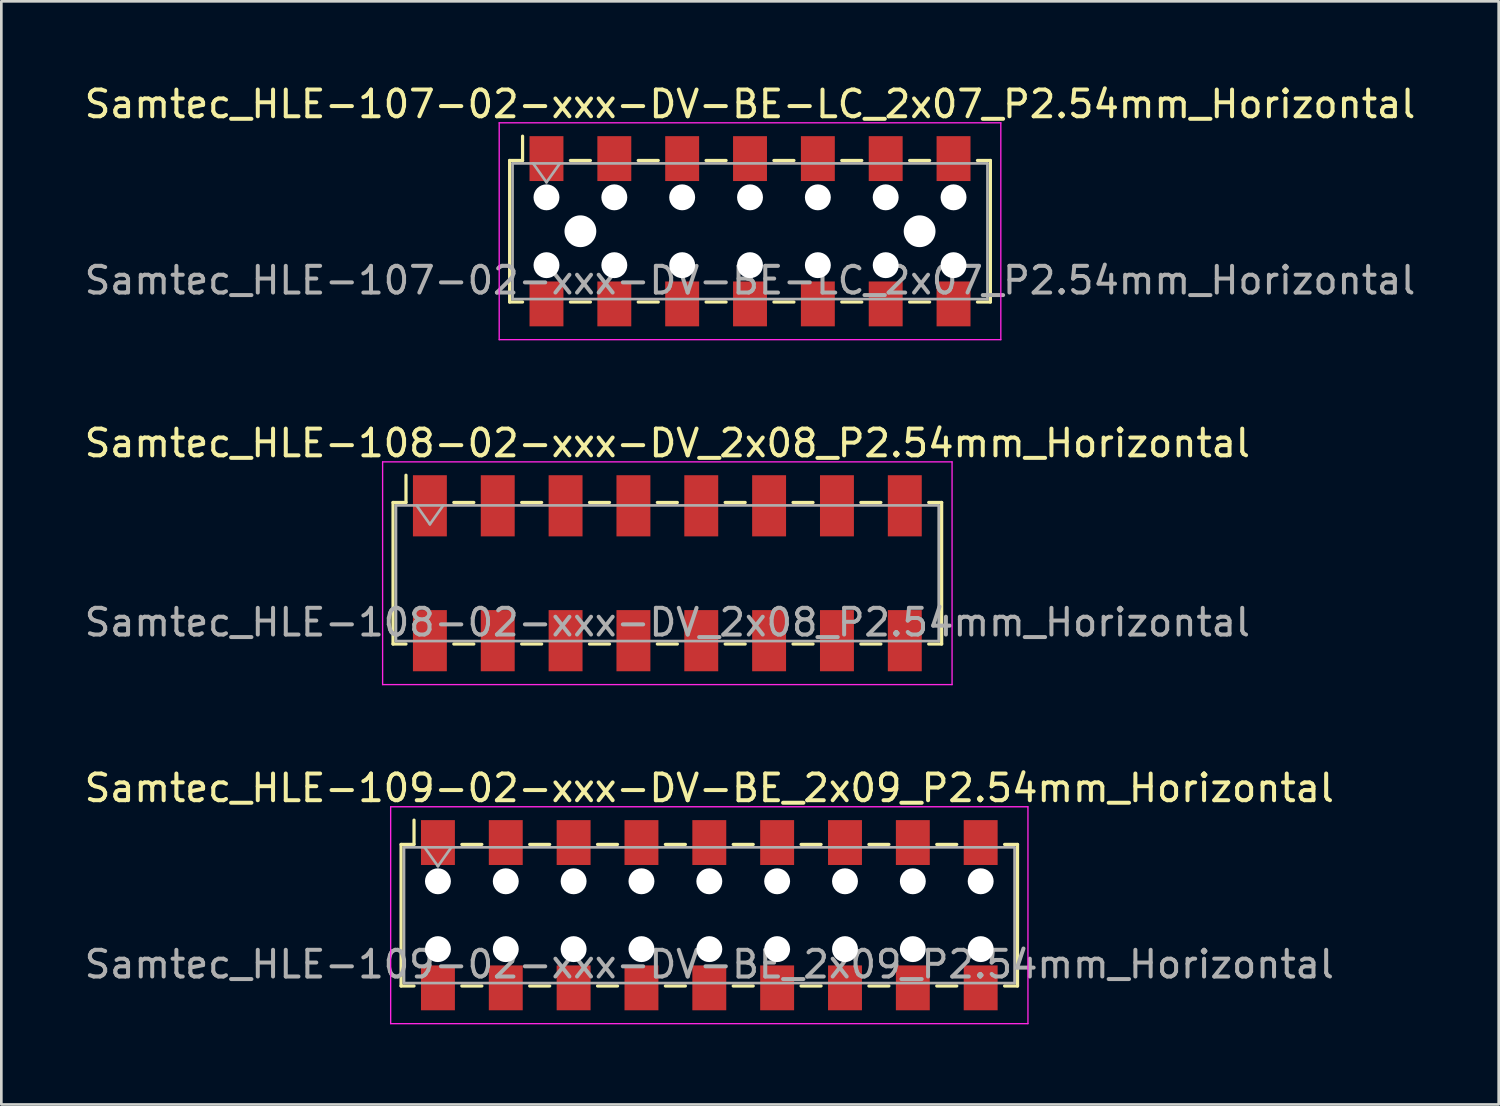
<source format=kicad_pcb>
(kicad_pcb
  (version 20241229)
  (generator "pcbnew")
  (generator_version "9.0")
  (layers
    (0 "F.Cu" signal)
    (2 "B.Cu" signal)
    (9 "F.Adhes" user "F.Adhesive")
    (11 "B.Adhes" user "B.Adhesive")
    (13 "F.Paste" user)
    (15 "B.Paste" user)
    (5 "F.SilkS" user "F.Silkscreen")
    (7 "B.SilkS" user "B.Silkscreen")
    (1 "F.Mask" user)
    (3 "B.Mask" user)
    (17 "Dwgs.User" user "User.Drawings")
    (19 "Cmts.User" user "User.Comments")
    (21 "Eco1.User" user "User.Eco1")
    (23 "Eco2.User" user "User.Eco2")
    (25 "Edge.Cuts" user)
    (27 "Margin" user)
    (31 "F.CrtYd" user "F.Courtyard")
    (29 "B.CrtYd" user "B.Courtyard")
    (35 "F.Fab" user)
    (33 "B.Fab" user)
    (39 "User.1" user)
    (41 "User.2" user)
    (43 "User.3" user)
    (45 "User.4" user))
  (footprint "Samtec_HLE-108-02-xxx-DV_2x08_P2.54mm_Horizontal"
    (layer "F.Cu")
    (at 21.935 18.412)
    (property "Reference" "Samtec_HLE-108-02-xxx-DV_2x08_P2.54mm_Horizontal" (at 0 -4.87 0) (layer "F.SilkS") (effects (font (size 1 1) (thickness 0.15))))
    (attr smd)
    (fp_line (start -10.27 -2.65) (end -10.27 2.65) (stroke (width 0.12) (type solid)) (layer "F.SilkS"))
    (fp_line (start -10.27 2.65) (end -9.785 2.65) (stroke (width 0.12) (type solid)) (layer "F.SilkS"))
    (fp_line (start -9.785 -3.67) (end -9.785 -2.65) (stroke (width 0.12) (type solid)) (layer "F.SilkS"))
    (fp_line (start -9.785 -2.65) (end -10.27 -2.65) (stroke (width 0.12) (type solid)) (layer "F.SilkS"))
    (fp_line (start -7.995 -2.65) (end -7.245 -2.65) (stroke (width 0.12) (type solid)) (layer "F.SilkS"))
    (fp_line (start -7.995 2.65) (end -7.245 2.65) (stroke (width 0.12) (type solid)) (layer "F.SilkS"))
    (fp_line (start -5.455 -2.65) (end -4.705 -2.65) (stroke (width 0.12) (type solid)) (layer "F.SilkS"))
    (fp_line (start -5.455 2.65) (end -4.705 2.65) (stroke (width 0.12) (type solid)) (layer "F.SilkS"))
    (fp_line (start -2.915 -2.65) (end -2.165 -2.65) (stroke (width 0.12) (type solid)) (layer "F.SilkS"))
    (fp_line (start -2.915 2.65) (end -2.165 2.65) (stroke (width 0.12) (type solid)) (layer "F.SilkS"))
    (fp_line (start -0.375 -2.65) (end 0.375 -2.65) (stroke (width 0.12) (type solid)) (layer "F.SilkS"))
    (fp_line (start -0.375 2.65) (end 0.375 2.65) (stroke (width 0.12) (type solid)) (layer "F.SilkS"))
    (fp_line (start 2.165 -2.65) (end 2.915 -2.65) (stroke (width 0.12) (type solid)) (layer "F.SilkS"))
    (fp_line (start 2.165 2.65) (end 2.915 2.65) (stroke (width 0.12) (type solid)) (layer "F.SilkS"))
    (fp_line (start 4.705 -2.65) (end 5.455 -2.65) (stroke (width 0.12) (type solid)) (layer "F.SilkS"))
    (fp_line (start 4.705 2.65) (end 5.455 2.65) (stroke (width 0.12) (type solid)) (layer "F.SilkS"))
    (fp_line (start 7.245 -2.65) (end 7.995 -2.65) (stroke (width 0.12) (type solid)) (layer "F.SilkS"))
    (fp_line (start 7.245 2.65) (end 7.995 2.65) (stroke (width 0.12) (type solid)) (layer "F.SilkS"))
    (fp_line (start 9.785 -2.65) (end 10.27 -2.65) (stroke (width 0.12) (type solid)) (layer "F.SilkS"))
    (fp_line (start 10.27 -2.65) (end 10.27 2.65) (stroke (width 0.12) (type solid)) (layer "F.SilkS"))
    (fp_line (start 10.27 2.65) (end 9.785 2.65) (stroke (width 0.12) (type solid)) (layer "F.SilkS"))
    (fp_line (start -10.66 -4.17) (end 10.66 -4.17) (stroke (width 0.05) (type solid)) (layer "F.CrtYd"))
    (fp_line (start -10.66 4.17) (end -10.66 -4.17) (stroke (width 0.05) (type solid)) (layer "F.CrtYd"))
    (fp_line (start 10.66 -4.17) (end 10.66 4.17) (stroke (width 0.05) (type solid)) (layer "F.CrtYd"))
    (fp_line (start 10.66 4.17) (end -10.66 4.17) (stroke (width 0.05) (type solid)) (layer "F.CrtYd"))
    (fp_line (start -10.16 -2.54) (end 10.16 -2.54) (stroke (width 0.1) (type solid)) (layer "F.Fab"))
    (fp_line (start -10.16 2.54) (end -10.16 -2.54) (stroke (width 0.1) (type solid)) (layer "F.Fab"))
    (fp_line (start -9.39 -2.54) (end -8.89 -1.833) (stroke (width 0.1) (type solid)) (layer "F.Fab"))
    (fp_line (start -8.89 -1.833) (end -8.39 -2.54) (stroke (width 0.1) (type solid)) (layer "F.Fab"))
    (fp_line (start 10.16 -2.54) (end 10.16 2.54) (stroke (width 0.1) (type solid)) (layer "F.Fab"))
    (fp_line (start 10.16 2.54) (end -10.16 2.54) (stroke (width 0.1) (type solid)) (layer "F.Fab"))
    (fp_text user "${REFERENCE}" (at 0 1.84 0) (layer "F.Fab") (effects (font (size 1 1) (thickness 0.15))))
    (pad "1" smd rect (at -8.89 -2.525) (size 1.27 2.29) (layers "F.Cu" "F.Mask" "F.Paste"))
    (pad "2" smd rect (at -8.89 2.525) (size 1.27 2.29) (layers "F.Cu" "F.Mask" "F.Paste"))
    (pad "3" smd rect (at -6.35 -2.525) (size 1.27 2.29) (layers "F.Cu" "F.Mask" "F.Paste"))
    (pad "4" smd rect (at -6.35 2.525) (size 1.27 2.29) (layers "F.Cu" "F.Mask" "F.Paste"))
    (pad "5" smd rect (at -3.81 -2.525) (size 1.27 2.29) (layers "F.Cu" "F.Mask" "F.Paste"))
    (pad "6" smd rect (at -3.81 2.525) (size 1.27 2.29) (layers "F.Cu" "F.Mask" "F.Paste"))
    (pad "7" smd rect (at -1.27 -2.525) (size 1.27 2.29) (layers "F.Cu" "F.Mask" "F.Paste"))
    (pad "8" smd rect (at -1.27 2.525) (size 1.27 2.29) (layers "F.Cu" "F.Mask" "F.Paste"))
    (pad "9" smd rect (at 1.27 -2.525) (size 1.27 2.29) (layers "F.Cu" "F.Mask" "F.Paste"))
    (pad "10" smd rect (at 1.27 2.525) (size 1.27 2.29) (layers "F.Cu" "F.Mask" "F.Paste"))
    (pad "11" smd rect (at 3.81 -2.525) (size 1.27 2.29) (layers "F.Cu" "F.Mask" "F.Paste"))
    (pad "12" smd rect (at 3.81 2.525) (size 1.27 2.29) (layers "F.Cu" "F.Mask" "F.Paste"))
    (pad "13" smd rect (at 6.35 -2.525) (size 1.27 2.29) (layers "F.Cu" "F.Mask" "F.Paste"))
    (pad "14" smd rect (at 6.35 2.525) (size 1.27 2.29) (layers "F.Cu" "F.Mask" "F.Paste"))
    (pad "15" smd rect (at 8.89 -2.525) (size 1.27 2.29) (layers "F.Cu" "F.Mask" "F.Paste"))
    (pad "16" smd rect (at 8.89 2.525) (size 1.27 2.29) (layers "F.Cu" "F.Mask" "F.Paste")))
  (footprint "Samtec_HLE-107-02-xxx-DV-BE-LC_2x07_P2.54mm_Horizontal"
    (layer "F.Cu")
    (at 25.03 5.608)
    (property "Reference" "Samtec_HLE-107-02-xxx-DV-BE-LC_2x07_P2.54mm_Horizontal" (at 0 -4.76 0) (layer "F.SilkS") (effects (font (size 1 1) (thickness 0.15))))
    (attr smd)
    (fp_line (start -9 -2.65) (end -9 2.65) (stroke (width 0.12) (type solid)) (layer "F.SilkS"))
    (fp_line (start -9 2.65) (end -8.515 2.65) (stroke (width 0.12) (type solid)) (layer "F.SilkS"))
    (fp_line (start -8.515 -3.56) (end -8.515 -2.65) (stroke (width 0.12) (type solid)) (layer "F.SilkS"))
    (fp_line (start -8.515 -2.65) (end -9 -2.65) (stroke (width 0.12) (type solid)) (layer "F.SilkS"))
    (fp_line (start -6.725 -2.65) (end -5.975 -2.65) (stroke (width 0.12) (type solid)) (layer "F.SilkS"))
    (fp_line (start -6.725 2.65) (end -5.975 2.65) (stroke (width 0.12) (type solid)) (layer "F.SilkS"))
    (fp_line (start -4.185 -2.65) (end -3.435 -2.65) (stroke (width 0.12) (type solid)) (layer "F.SilkS"))
    (fp_line (start -4.185 2.65) (end -3.435 2.65) (stroke (width 0.12) (type solid)) (layer "F.SilkS"))
    (fp_line (start -1.645 -2.65) (end -0.895 -2.65) (stroke (width 0.12) (type solid)) (layer "F.SilkS"))
    (fp_line (start -1.645 2.65) (end -0.895 2.65) (stroke (width 0.12) (type solid)) (layer "F.SilkS"))
    (fp_line (start 0.895 -2.65) (end 1.645 -2.65) (stroke (width 0.12) (type solid)) (layer "F.SilkS"))
    (fp_line (start 0.895 2.65) (end 1.645 2.65) (stroke (width 0.12) (type solid)) (layer "F.SilkS"))
    (fp_line (start 3.435 -2.65) (end 4.185 -2.65) (stroke (width 0.12) (type solid)) (layer "F.SilkS"))
    (fp_line (start 3.435 2.65) (end 4.185 2.65) (stroke (width 0.12) (type solid)) (layer "F.SilkS"))
    (fp_line (start 5.975 -2.65) (end 6.725 -2.65) (stroke (width 0.12) (type solid)) (layer "F.SilkS"))
    (fp_line (start 5.975 2.65) (end 6.725 2.65) (stroke (width 0.12) (type solid)) (layer "F.SilkS"))
    (fp_line (start 8.515 -2.65) (end 9 -2.65) (stroke (width 0.12) (type solid)) (layer "F.SilkS"))
    (fp_line (start 9 -2.65) (end 9 2.65) (stroke (width 0.12) (type solid)) (layer "F.SilkS"))
    (fp_line (start 9 2.65) (end 8.515 2.65) (stroke (width 0.12) (type solid)) (layer "F.SilkS"))
    (fp_line (start -9.39 -4.06) (end 9.39 -4.06) (stroke (width 0.05) (type solid)) (layer "F.CrtYd"))
    (fp_line (start -9.39 4.06) (end -9.39 -4.06) (stroke (width 0.05) (type solid)) (layer "F.CrtYd"))
    (fp_line (start 9.39 -4.06) (end 9.39 4.06) (stroke (width 0.05) (type solid)) (layer "F.CrtYd"))
    (fp_line (start 9.39 4.06) (end -9.39 4.06) (stroke (width 0.05) (type solid)) (layer "F.CrtYd"))
    (fp_line (start -8.89 -2.54) (end 8.89 -2.54) (stroke (width 0.1) (type solid)) (layer "F.Fab"))
    (fp_line (start -8.89 2.54) (end -8.89 -2.54) (stroke (width 0.1) (type solid)) (layer "F.Fab"))
    (fp_line (start -8.12 -2.54) (end -7.62 -1.833) (stroke (width 0.1) (type solid)) (layer "F.Fab"))
    (fp_line (start -7.62 -1.833) (end -7.12 -2.54) (stroke (width 0.1) (type solid)) (layer "F.Fab"))
    (fp_line (start 8.89 -2.54) (end 8.89 2.54) (stroke (width 0.1) (type solid)) (layer "F.Fab"))
    (fp_line (start 8.89 2.54) (end -8.89 2.54) (stroke (width 0.1) (type solid)) (layer "F.Fab"))
    (fp_text user "${REFERENCE}" (at 0 1.84 0) (layer "F.Fab") (effects (font (size 1 1) (thickness 0.15))))
    (pad "" np_thru_hole circle (at -7.62 -1.27) (size 0.97 0.97) (drill 0.97) (layers "*.Cu" "*.Mask"))
    (pad "" np_thru_hole circle (at -7.62 1.27) (size 0.97 0.97) (drill 0.97) (layers "*.Cu" "*.Mask"))
    (pad "" np_thru_hole circle (at -6.35 0) (size 1.19 1.19) (drill 1.19) (layers "*.Cu" "*.Mask"))
    (pad "" np_thru_hole circle (at -5.08 -1.27) (size 0.97 0.97) (drill 0.97) (layers "*.Cu" "*.Mask"))
    (pad "" np_thru_hole circle (at -5.08 1.27) (size 0.97 0.97) (drill 0.97) (layers "*.Cu" "*.Mask"))
    (pad "" np_thru_hole circle (at -2.54 -1.27) (size 0.97 0.97) (drill 0.97) (layers "*.Cu" "*.Mask"))
    (pad "" np_thru_hole circle (at -2.54 1.27) (size 0.97 0.97) (drill 0.97) (layers "*.Cu" "*.Mask"))
    (pad "" np_thru_hole circle (at 0 -1.27) (size 0.97 0.97) (drill 0.97) (layers "*.Cu" "*.Mask"))
    (pad "" np_thru_hole circle (at 0 1.27) (size 0.97 0.97) (drill 0.97) (layers "*.Cu" "*.Mask"))
    (pad "" np_thru_hole circle (at 2.54 -1.27) (size 0.97 0.97) (drill 0.97) (layers "*.Cu" "*.Mask"))
    (pad "" np_thru_hole circle (at 2.54 1.27) (size 0.97 0.97) (drill 0.97) (layers "*.Cu" "*.Mask"))
    (pad "" np_thru_hole circle (at 5.08 -1.27) (size 0.97 0.97) (drill 0.97) (layers "*.Cu" "*.Mask"))
    (pad "" np_thru_hole circle (at 5.08 1.27) (size 0.97 0.97) (drill 0.97) (layers "*.Cu" "*.Mask"))
    (pad "" np_thru_hole circle (at 6.35 0) (size 1.19 1.19) (drill 1.19) (layers "*.Cu" "*.Mask"))
    (pad "" np_thru_hole circle (at 7.62 -1.27) (size 0.97 0.97) (drill 0.97) (layers "*.Cu" "*.Mask"))
    (pad "" np_thru_hole circle (at 7.62 1.27) (size 0.97 0.97) (drill 0.97) (layers "*.Cu" "*.Mask"))
    (pad "1" smd rect (at -7.62 -2.72) (size 1.27 1.68) (layers "F.Cu" "F.Mask" "F.Paste"))
    (pad "2" smd rect (at -7.62 2.72) (size 1.27 1.68) (layers "F.Cu" "F.Mask" "F.Paste"))
    (pad "3" smd rect (at -5.08 -2.72) (size 1.27 1.68) (layers "F.Cu" "F.Mask" "F.Paste"))
    (pad "4" smd rect (at -5.08 2.72) (size 1.27 1.68) (layers "F.Cu" "F.Mask" "F.Paste"))
    (pad "5" smd rect (at -2.54 -2.72) (size 1.27 1.68) (layers "F.Cu" "F.Mask" "F.Paste"))
    (pad "6" smd rect (at -2.54 2.72) (size 1.27 1.68) (layers "F.Cu" "F.Mask" "F.Paste"))
    (pad "7" smd rect (at 0 -2.72) (size 1.27 1.68) (layers "F.Cu" "F.Mask" "F.Paste"))
    (pad "8" smd rect (at 0 2.72) (size 1.27 1.68) (layers "F.Cu" "F.Mask" "F.Paste"))
    (pad "9" smd rect (at 2.54 -2.72) (size 1.27 1.68) (layers "F.Cu" "F.Mask" "F.Paste"))
    (pad "10" smd rect (at 2.54 2.72) (size 1.27 1.68) (layers "F.Cu" "F.Mask" "F.Paste"))
    (pad "11" smd rect (at 5.08 -2.72) (size 1.27 1.68) (layers "F.Cu" "F.Mask" "F.Paste"))
    (pad "12" smd rect (at 5.08 2.72) (size 1.27 1.68) (layers "F.Cu" "F.Mask" "F.Paste"))
    (pad "13" smd rect (at 7.62 -2.72) (size 1.27 1.68) (layers "F.Cu" "F.Mask" "F.Paste"))
    (pad "14" smd rect (at 7.62 2.72) (size 1.27 1.68) (layers "F.Cu" "F.Mask" "F.Paste")))
  (footprint "Samtec_HLE-109-02-xxx-DV-BE_2x09_P2.54mm_Horizontal"
    (layer "F.Cu")
    (at 23.506 31.215)
    (property "Reference" "Samtec_HLE-109-02-xxx-DV-BE_2x09_P2.54mm_Horizontal" (at 0 -4.76 0) (layer "F.SilkS") (effects (font (size 1 1) (thickness 0.15))))
    (attr smd)
    (fp_line (start -11.54 -2.65) (end -11.54 2.65) (stroke (width 0.12) (type solid)) (layer "F.SilkS"))
    (fp_line (start -11.54 2.65) (end -11.055 2.65) (stroke (width 0.12) (type solid)) (layer "F.SilkS"))
    (fp_line (start -11.055 -3.56) (end -11.055 -2.65) (stroke (width 0.12) (type solid)) (layer "F.SilkS"))
    (fp_line (start -11.055 -2.65) (end -11.54 -2.65) (stroke (width 0.12) (type solid)) (layer "F.SilkS"))
    (fp_line (start -9.265 -2.65) (end -8.515 -2.65) (stroke (width 0.12) (type solid)) (layer "F.SilkS"))
    (fp_line (start -9.265 2.65) (end -8.515 2.65) (stroke (width 0.12) (type solid)) (layer "F.SilkS"))
    (fp_line (start -6.725 -2.65) (end -5.975 -2.65) (stroke (width 0.12) (type solid)) (layer "F.SilkS"))
    (fp_line (start -6.725 2.65) (end -5.975 2.65) (stroke (width 0.12) (type solid)) (layer "F.SilkS"))
    (fp_line (start -4.185 -2.65) (end -3.435 -2.65) (stroke (width 0.12) (type solid)) (layer "F.SilkS"))
    (fp_line (start -4.185 2.65) (end -3.435 2.65) (stroke (width 0.12) (type solid)) (layer "F.SilkS"))
    (fp_line (start -1.645 -2.65) (end -0.895 -2.65) (stroke (width 0.12) (type solid)) (layer "F.SilkS"))
    (fp_line (start -1.645 2.65) (end -0.895 2.65) (stroke (width 0.12) (type solid)) (layer "F.SilkS"))
    (fp_line (start 0.895 -2.65) (end 1.645 -2.65) (stroke (width 0.12) (type solid)) (layer "F.SilkS"))
    (fp_line (start 0.895 2.65) (end 1.645 2.65) (stroke (width 0.12) (type solid)) (layer "F.SilkS"))
    (fp_line (start 3.435 -2.65) (end 4.185 -2.65) (stroke (width 0.12) (type solid)) (layer "F.SilkS"))
    (fp_line (start 3.435 2.65) (end 4.185 2.65) (stroke (width 0.12) (type solid)) (layer "F.SilkS"))
    (fp_line (start 5.975 -2.65) (end 6.725 -2.65) (stroke (width 0.12) (type solid)) (layer "F.SilkS"))
    (fp_line (start 5.975 2.65) (end 6.725 2.65) (stroke (width 0.12) (type solid)) (layer "F.SilkS"))
    (fp_line (start 8.515 -2.65) (end 9.265 -2.65) (stroke (width 0.12) (type solid)) (layer "F.SilkS"))
    (fp_line (start 8.515 2.65) (end 9.265 2.65) (stroke (width 0.12) (type solid)) (layer "F.SilkS"))
    (fp_line (start 11.055 -2.65) (end 11.54 -2.65) (stroke (width 0.12) (type solid)) (layer "F.SilkS"))
    (fp_line (start 11.54 -2.65) (end 11.54 2.65) (stroke (width 0.12) (type solid)) (layer "F.SilkS"))
    (fp_line (start 11.54 2.65) (end 11.055 2.65) (stroke (width 0.12) (type solid)) (layer "F.SilkS"))
    (fp_line (start -11.93 -4.06) (end 11.93 -4.06) (stroke (width 0.05) (type solid)) (layer "F.CrtYd"))
    (fp_line (start -11.93 4.06) (end -11.93 -4.06) (stroke (width 0.05) (type solid)) (layer "F.CrtYd"))
    (fp_line (start 11.93 -4.06) (end 11.93 4.06) (stroke (width 0.05) (type solid)) (layer "F.CrtYd"))
    (fp_line (start 11.93 4.06) (end -11.93 4.06) (stroke (width 0.05) (type solid)) (layer "F.CrtYd"))
    (fp_line (start -11.43 -2.54) (end 11.43 -2.54) (stroke (width 0.1) (type solid)) (layer "F.Fab"))
    (fp_line (start -11.43 2.54) (end -11.43 -2.54) (stroke (width 0.1) (type solid)) (layer "F.Fab"))
    (fp_line (start -10.66 -2.54) (end -10.16 -1.833) (stroke (width 0.1) (type solid)) (layer "F.Fab"))
    (fp_line (start -10.16 -1.833) (end -9.66 -2.54) (stroke (width 0.1) (type solid)) (layer "F.Fab"))
    (fp_line (start 11.43 -2.54) (end 11.43 2.54) (stroke (width 0.1) (type solid)) (layer "F.Fab"))
    (fp_line (start 11.43 2.54) (end -11.43 2.54) (stroke (width 0.1) (type solid)) (layer "F.Fab"))
    (fp_text user "${REFERENCE}" (at 0 1.84 0) (layer "F.Fab") (effects (font (size 1 1) (thickness 0.15))))
    (pad "" np_thru_hole circle (at -10.16 -1.27) (size 0.97 0.97) (drill 0.97) (layers "*.Cu" "*.Mask"))
    (pad "" np_thru_hole circle (at -10.16 1.27) (size 0.97 0.97) (drill 0.97) (layers "*.Cu" "*.Mask"))
    (pad "" np_thru_hole circle (at -7.62 -1.27) (size 0.97 0.97) (drill 0.97) (layers "*.Cu" "*.Mask"))
    (pad "" np_thru_hole circle (at -7.62 1.27) (size 0.97 0.97) (drill 0.97) (layers "*.Cu" "*.Mask"))
    (pad "" np_thru_hole circle (at -5.08 -1.27) (size 0.97 0.97) (drill 0.97) (layers "*.Cu" "*.Mask"))
    (pad "" np_thru_hole circle (at -5.08 1.27) (size 0.97 0.97) (drill 0.97) (layers "*.Cu" "*.Mask"))
    (pad "" np_thru_hole circle (at -2.54 -1.27) (size 0.97 0.97) (drill 0.97) (layers "*.Cu" "*.Mask"))
    (pad "" np_thru_hole circle (at -2.54 1.27) (size 0.97 0.97) (drill 0.97) (layers "*.Cu" "*.Mask"))
    (pad "" np_thru_hole circle (at 0 -1.27) (size 0.97 0.97) (drill 0.97) (layers "*.Cu" "*.Mask"))
    (pad "" np_thru_hole circle (at 0 1.27) (size 0.97 0.97) (drill 0.97) (layers "*.Cu" "*.Mask"))
    (pad "" np_thru_hole circle (at 2.54 -1.27) (size 0.97 0.97) (drill 0.97) (layers "*.Cu" "*.Mask"))
    (pad "" np_thru_hole circle (at 2.54 1.27) (size 0.97 0.97) (drill 0.97) (layers "*.Cu" "*.Mask"))
    (pad "" np_thru_hole circle (at 5.08 -1.27) (size 0.97 0.97) (drill 0.97) (layers "*.Cu" "*.Mask"))
    (pad "" np_thru_hole circle (at 5.08 1.27) (size 0.97 0.97) (drill 0.97) (layers "*.Cu" "*.Mask"))
    (pad "" np_thru_hole circle (at 7.62 -1.27) (size 0.97 0.97) (drill 0.97) (layers "*.Cu" "*.Mask"))
    (pad "" np_thru_hole circle (at 7.62 1.27) (size 0.97 0.97) (drill 0.97) (layers "*.Cu" "*.Mask"))
    (pad "" np_thru_hole circle (at 10.16 -1.27) (size 0.97 0.97) (drill 0.97) (layers "*.Cu" "*.Mask"))
    (pad "" np_thru_hole circle (at 10.16 1.27) (size 0.97 0.97) (drill 0.97) (layers "*.Cu" "*.Mask"))
    (pad "1" smd rect (at -10.16 -2.72) (size 1.27 1.68) (layers "F.Cu" "F.Mask" "F.Paste"))
    (pad "2" smd rect (at -10.16 2.72) (size 1.27 1.68) (layers "F.Cu" "F.Mask" "F.Paste"))
    (pad "3" smd rect (at -7.62 -2.72) (size 1.27 1.68) (layers "F.Cu" "F.Mask" "F.Paste"))
    (pad "4" smd rect (at -7.62 2.72) (size 1.27 1.68) (layers "F.Cu" "F.Mask" "F.Paste"))
    (pad "5" smd rect (at -5.08 -2.72) (size 1.27 1.68) (layers "F.Cu" "F.Mask" "F.Paste"))
    (pad "6" smd rect (at -5.08 2.72) (size 1.27 1.68) (layers "F.Cu" "F.Mask" "F.Paste"))
    (pad "7" smd rect (at -2.54 -2.72) (size 1.27 1.68) (layers "F.Cu" "F.Mask" "F.Paste"))
    (pad "8" smd rect (at -2.54 2.72) (size 1.27 1.68) (layers "F.Cu" "F.Mask" "F.Paste"))
    (pad "9" smd rect (at 0 -2.72) (size 1.27 1.68) (layers "F.Cu" "F.Mask" "F.Paste"))
    (pad "10" smd rect (at 0 2.72) (size 1.27 1.68) (layers "F.Cu" "F.Mask" "F.Paste"))
    (pad "11" smd rect (at 2.54 -2.72) (size 1.27 1.68) (layers "F.Cu" "F.Mask" "F.Paste"))
    (pad "12" smd rect (at 2.54 2.72) (size 1.27 1.68) (layers "F.Cu" "F.Mask" "F.Paste"))
    (pad "13" smd rect (at 5.08 -2.72) (size 1.27 1.68) (layers "F.Cu" "F.Mask" "F.Paste"))
    (pad "14" smd rect (at 5.08 2.72) (size 1.27 1.68) (layers "F.Cu" "F.Mask" "F.Paste"))
    (pad "15" smd rect (at 7.62 -2.72) (size 1.27 1.68) (layers "F.Cu" "F.Mask" "F.Paste"))
    (pad "16" smd rect (at 7.62 2.72) (size 1.27 1.68) (layers "F.Cu" "F.Mask" "F.Paste"))
    (pad "17" smd rect (at 10.16 -2.72) (size 1.27 1.68) (layers "F.Cu" "F.Mask" "F.Paste"))
    (pad "18" smd rect (at 10.16 2.72) (size 1.27 1.68) (layers "F.Cu" "F.Mask" "F.Paste")))
  (gr_rect
    (start -3 -3)
    (end 53.06 38.3)
    (stroke (width 0.1) (type default))
    (fill no)
    (layer "Edge.Cuts")))
</source>
